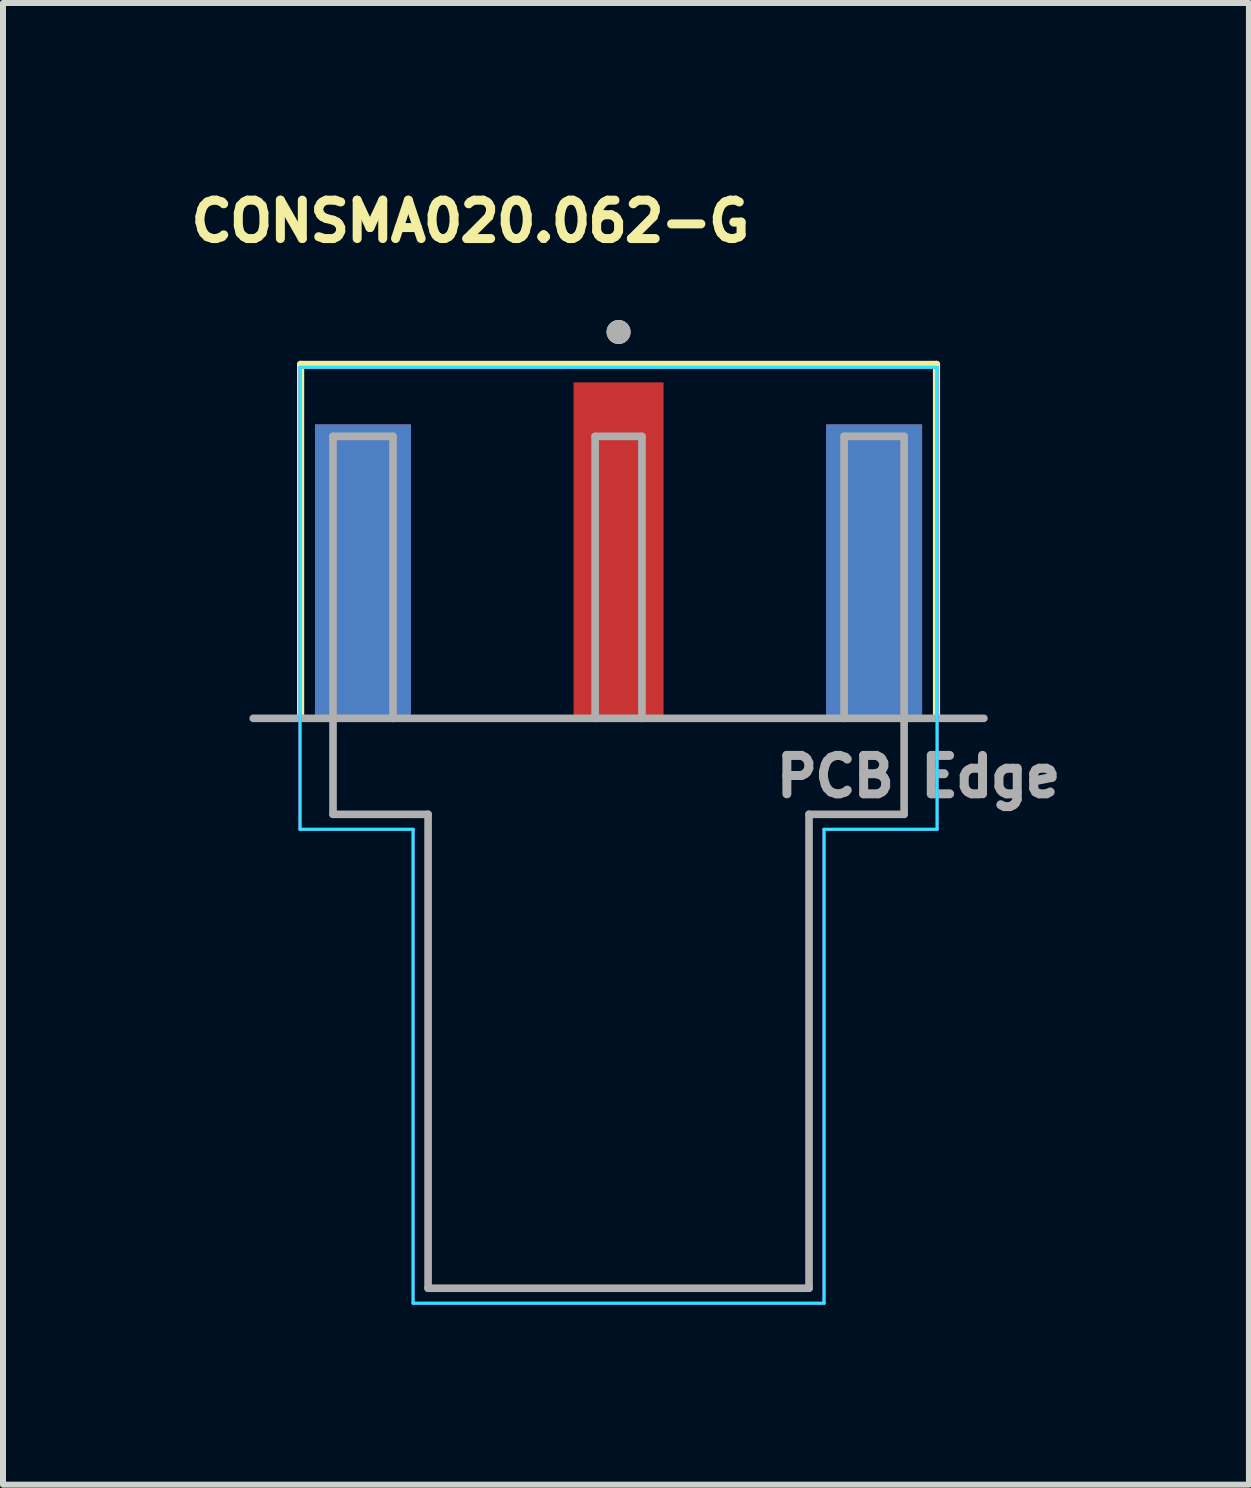
<source format=kicad_pcb>
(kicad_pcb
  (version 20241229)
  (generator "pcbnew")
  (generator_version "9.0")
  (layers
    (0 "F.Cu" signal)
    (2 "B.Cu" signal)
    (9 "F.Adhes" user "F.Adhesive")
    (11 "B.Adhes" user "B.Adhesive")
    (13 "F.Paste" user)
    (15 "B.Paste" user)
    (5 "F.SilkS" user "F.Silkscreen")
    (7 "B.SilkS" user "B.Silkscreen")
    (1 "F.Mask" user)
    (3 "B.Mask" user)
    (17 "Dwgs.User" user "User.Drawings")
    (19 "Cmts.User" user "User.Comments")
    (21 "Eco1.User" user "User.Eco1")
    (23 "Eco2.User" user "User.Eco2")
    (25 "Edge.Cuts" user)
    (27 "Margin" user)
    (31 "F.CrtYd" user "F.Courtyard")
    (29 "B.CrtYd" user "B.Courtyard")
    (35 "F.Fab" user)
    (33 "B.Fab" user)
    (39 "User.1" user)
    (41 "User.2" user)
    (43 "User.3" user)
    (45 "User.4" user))
  (footprint "CONSMA020.062-G"
    (layer "F.Cu")
    (at 7.261 8.924)
    (property "Reference" "CONSMA020.062-G" (at -2.468 -8.286 0) (layer "F.SilkS") (effects (font (size 0.64 0.64) (thickness 0.15))))
    (attr through_hole)
    (fp_line (start -5.3 0) (end -5.3 -5.9) (stroke (width 0.12) (type solid)) (layer "F.SilkS"))
    (fp_line (start 5.3 -5.9) (end -5.3 -5.9) (stroke (width 0.12) (type solid)) (layer "F.SilkS"))
    (fp_line (start 5.3 0) (end 5.3 -5.9) (stroke (width 0.12) (type solid)) (layer "F.SilkS"))
    (fp_circle (center 0 -6.44) (end 0.1 -6.44) (stroke (width 0.2) (type solid)) (fill no) (layer "F.SilkS"))
    (fp_line (start -5.31 -5.85) (end -5.31 1.85) (stroke (width 0.05) (type solid)) (layer "B.CrtYd"))
    (fp_line (start -5.31 1.85) (end -3.425 1.85) (stroke (width 0.05) (type solid)) (layer "B.CrtYd"))
    (fp_line (start -3.425 1.85) (end -3.425 9.75) (stroke (width 0.05) (type solid)) (layer "B.CrtYd"))
    (fp_line (start -3.425 9.75) (end 3.425 9.75) (stroke (width 0.05) (type solid)) (layer "B.CrtYd"))
    (fp_line (start 3.425 1.85) (end 3.425 9.75) (stroke (width 0.05) (type solid)) (layer "B.CrtYd"))
    (fp_line (start 5.31 -5.85) (end -5.31 -5.85) (stroke (width 0.05) (type solid)) (layer "B.CrtYd"))
    (fp_line (start 5.31 1.85) (end 3.425 1.85) (stroke (width 0.05) (type solid)) (layer "B.CrtYd"))
    (fp_line (start 5.31 1.85) (end 5.31 -5.85) (stroke (width 0.05) (type solid)) (layer "B.CrtYd"))
    (fp_line (start -5.31 -5.85) (end -5.31 1.85) (stroke (width 0.05) (type solid)) (layer "F.CrtYd"))
    (fp_line (start -5.31 1.85) (end -3.425 1.85) (stroke (width 0.05) (type solid)) (layer "F.CrtYd"))
    (fp_line (start -3.425 1.85) (end -3.425 9.75) (stroke (width 0.05) (type solid)) (layer "F.CrtYd"))
    (fp_line (start -3.425 9.75) (end 3.425 9.75) (stroke (width 0.05) (type solid)) (layer "F.CrtYd"))
    (fp_line (start 3.425 1.85) (end 3.425 9.75) (stroke (width 0.05) (type solid)) (layer "F.CrtYd"))
    (fp_line (start 5.31 -5.85) (end -5.31 -5.85) (stroke (width 0.05) (type solid)) (layer "F.CrtYd"))
    (fp_line (start 5.31 1.85) (end 3.425 1.85) (stroke (width 0.05) (type solid)) (layer "F.CrtYd"))
    (fp_line (start 5.31 1.85) (end 5.31 -5.85) (stroke (width 0.05) (type solid)) (layer "F.CrtYd"))
    (fp_line (start -6.09 0) (end -4.76 0) (stroke (width 0.127) (type solid)) (layer "F.Fab"))
    (fp_line (start -4.76 -4.7) (end -4.76 0) (stroke (width 0.127) (type solid)) (layer "F.Fab"))
    (fp_line (start -4.76 0) (end -3.76 0) (stroke (width 0.127) (type solid)) (layer "F.Fab"))
    (fp_line (start -4.76 1.6) (end -4.76 0) (stroke (width 0.127) (type solid)) (layer "F.Fab"))
    (fp_line (start -3.76 -4.7) (end -4.76 -4.7) (stroke (width 0.127) (type solid)) (layer "F.Fab"))
    (fp_line (start -3.76 0) (end -3.76 -4.7) (stroke (width 0.127) (type solid)) (layer "F.Fab"))
    (fp_line (start -3.76 0) (end -0.39 0) (stroke (width 0.127) (type solid)) (layer "F.Fab"))
    (fp_line (start -3.175 1.6) (end -4.76 1.6) (stroke (width 0.127) (type solid)) (layer "F.Fab"))
    (fp_line (start -3.175 1.6) (end -3.175 9.5) (stroke (width 0.127) (type solid)) (layer "F.Fab"))
    (fp_line (start -3.175 9.5) (end 3.175 9.5) (stroke (width 0.127) (type solid)) (layer "F.Fab"))
    (fp_line (start -0.39 -4.7) (end 0.39 -4.7) (stroke (width 0.127) (type solid)) (layer "F.Fab"))
    (fp_line (start -0.39 0) (end -0.39 -4.7) (stroke (width 0.127) (type solid)) (layer "F.Fab"))
    (fp_line (start -0.39 0) (end 0.39 0) (stroke (width 0.127) (type solid)) (layer "F.Fab"))
    (fp_line (start 0.39 -4.7) (end 0.39 0) (stroke (width 0.127) (type solid)) (layer "F.Fab"))
    (fp_line (start 0.39 0) (end 3.76 0) (stroke (width 0.127) (type solid)) (layer "F.Fab"))
    (fp_line (start 3.175 9.5) (end 3.175 1.6) (stroke (width 0.127) (type solid)) (layer "F.Fab"))
    (fp_line (start 3.76 -4.7) (end 4.76 -4.7) (stroke (width 0.127) (type solid)) (layer "F.Fab"))
    (fp_line (start 3.76 0) (end 3.76 -4.7) (stroke (width 0.127) (type solid)) (layer "F.Fab"))
    (fp_line (start 3.76 0) (end 4.76 0) (stroke (width 0.127) (type solid)) (layer "F.Fab"))
    (fp_line (start 4.76 -4.7) (end 4.76 0) (stroke (width 0.127) (type solid)) (layer "F.Fab"))
    (fp_line (start 4.76 0) (end 4.76 1.6) (stroke (width 0.127) (type solid)) (layer "F.Fab"))
    (fp_line (start 4.76 0) (end 6.09 0) (stroke (width 0.127) (type solid)) (layer "F.Fab"))
    (fp_line (start 4.76 1.6) (end 3.175 1.6) (stroke (width 0.127) (type solid)) (layer "F.Fab"))
    (fp_circle (center 0 -6.44) (end 0.1 -6.44) (stroke (width 0.2) (type solid)) (fill no) (layer "F.Fab"))
    (fp_text user "PCB Edge" (at 5 0.97 0) (layer "F.Fab") (effects (font (size 0.64 0.64) (thickness 0.15))))
    (pad "1" smd rect (at 0 -2.8) (size 1.5 5.6) (layers "F.Cu" "F.Mask" "F.Paste"))
    (pad "2" smd rect (at -4.26 -2.45) (size 1.6 4.9) (layers "F.Cu" "F.Mask" "F.Paste"))
    (pad "2" smd rect (at -4.26 -2.45) (size 1.6 4.9) (layers "B.Cu" "B.Mask" "B.Paste"))
    (pad "2" smd rect (at 4.26 -2.45) (size 1.6 4.9) (layers "F.Cu" "F.Mask" "F.Paste"))
    (pad "2" smd rect (at 4.26 -2.45) (size 1.6 4.9) (layers "B.Cu" "B.Mask" "B.Paste")))
  (gr_rect
    (start -3 -3)
    (end 17.769 21.699)
    (stroke (width 0.1) (type default))
    (fill no)
    (layer "Edge.Cuts")))
</source>
